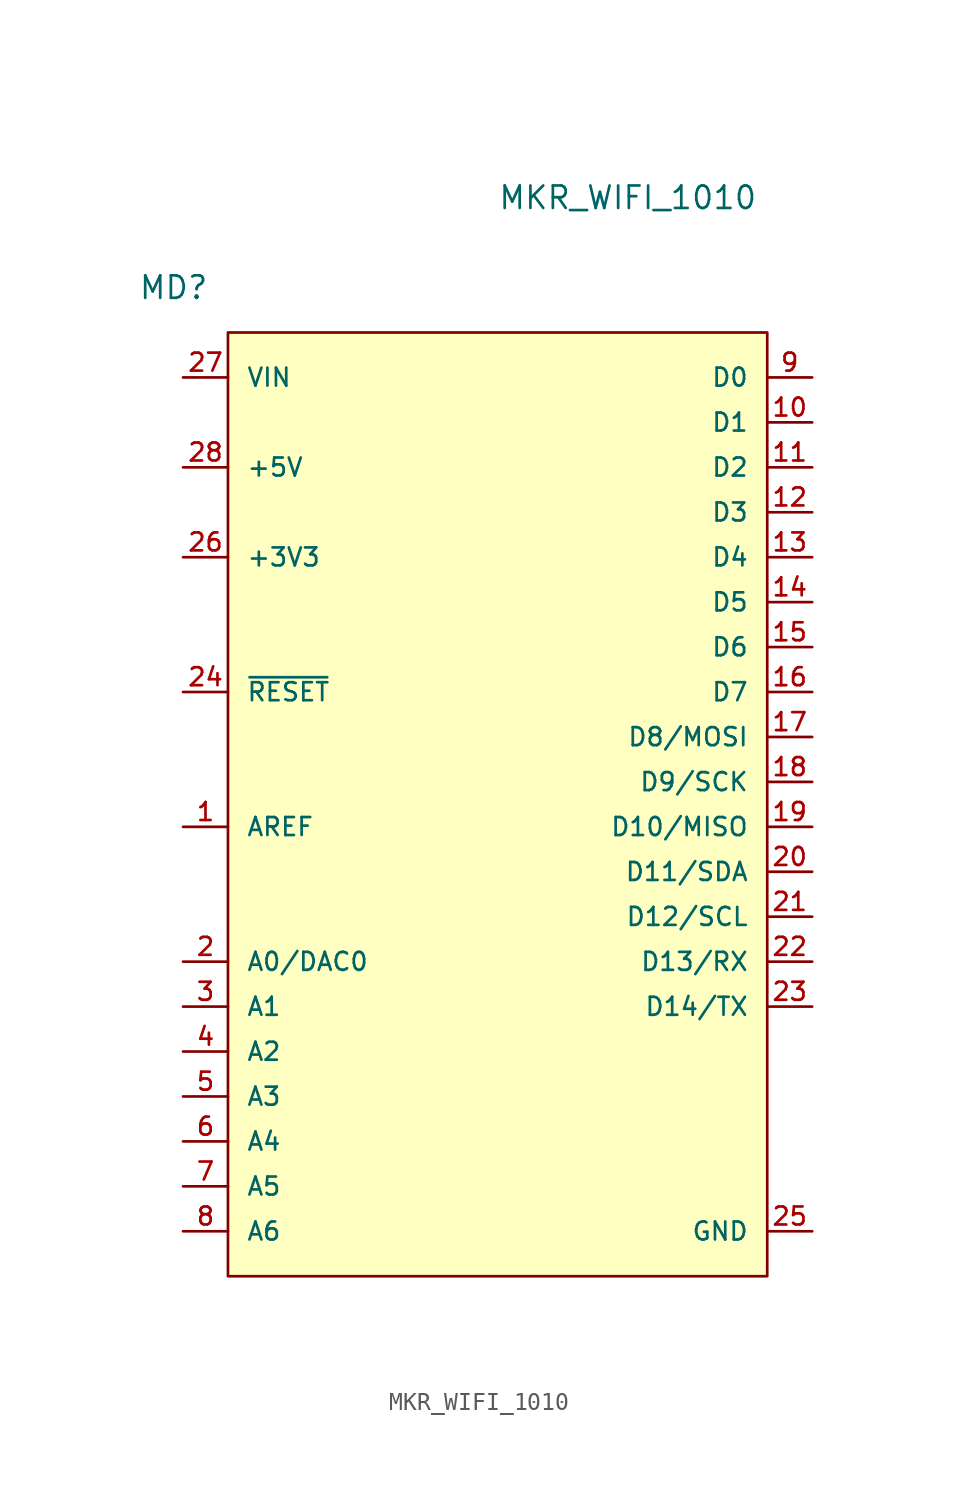
<source format=kicad_sym>
(kicad_symbol_lib
  (version 20211014)
  (generator kicad_symbol_editor)
  (symbol "MKR_WIFI_1010"
    (pin_names
      (offset 1.016))
    (property "Reference" "MD"
      (at -20.32 2.54 0)
      (effects (font (size 1.27 1.27)) (justify left)))
    (property "Value" "MKR_WIFI_1010"
      (at 0 7.62 0)
      (effects (font (size 1.27 1.27)) (justify left)))
    (symbol "MKR_WIFI_1010_1_1"
      (rectangle (start -15.24 0) (end 15.24 -53.34) (stroke (width 0) (type default) (color 0 0 0 0)) (fill (type background)))
      (pin input line (at -17.78 -27.94 0) (length 2.54) (name "AREF" (effects (font (size 1.016 1.016)))) (number "1" (effects (font (size 1.016 1.016)))))
      (pin bidirectional line (at 17.78 -5.08 180) (length 2.54) (name "D1" (effects (font (size 1.016 1.016)))) (number "10" (effects (font (size 1.016 1.016)))))
      (pin bidirectional line (at 17.78 -7.62 180) (length 2.54) (name "D2" (effects (font (size 1.016 1.016)))) (number "11" (effects (font (size 1.016 1.016)))))
      (pin bidirectional line (at 17.78 -10.16 180) (length 2.54) (name "D3" (effects (font (size 1.016 1.016)))) (number "12" (effects (font (size 1.016 1.016)))))
      (pin bidirectional line (at 17.78 -12.7 180) (length 2.54) (name "D4" (effects (font (size 1.016 1.016)))) (number "13" (effects (font (size 1.016 1.016)))))
      (pin bidirectional line (at 17.78 -15.24 180) (length 2.54) (name "D5" (effects (font (size 1.016 1.016)))) (number "14" (effects (font (size 1.016 1.016)))))
      (pin bidirectional line (at 17.78 -17.78 180) (length 2.54) (name "D6" (effects (font (size 1.016 1.016)))) (number "15" (effects (font (size 1.016 1.016)))))
      (pin bidirectional line (at 17.78 -20.32 180) (length 2.54) (name "D7" (effects (font (size 1.016 1.016)))) (number "16" (effects (font (size 1.016 1.016)))))
      (pin bidirectional line (at 17.78 -22.86 180) (length 2.54) (name "D8/MOSI" (effects (font (size 1.016 1.016)))) (number "17" (effects (font (size 1.016 1.016)))))
      (pin bidirectional line (at 17.78 -25.4 180) (length 2.54) (name "D9/SCK" (effects (font (size 1.016 1.016)))) (number "18" (effects (font (size 1.016 1.016)))))
      (pin bidirectional line (at 17.78 -27.94 180) (length 2.54) (name "D10/MISO" (effects (font (size 1.016 1.016)))) (number "19" (effects (font (size 1.016 1.016)))))
      (pin bidirectional line (at -17.78 -35.56 0) (length 2.54) (name "A0/DAC0" (effects (font (size 1.016 1.016)))) (number "2" (effects (font (size 1.016 1.016)))))
      (pin bidirectional line (at 17.78 -30.48 180) (length 2.54) (name "D11/SDA" (effects (font (size 1.016 1.016)))) (number "20" (effects (font (size 1.016 1.016)))))
      (pin bidirectional line (at 17.78 -33.02 180) (length 2.54) (name "D12/SCL" (effects (font (size 1.016 1.016)))) (number "21" (effects (font (size 1.016 1.016)))))
      (pin bidirectional line (at 17.78 -35.56 180) (length 2.54) (name "D13/RX" (effects (font (size 1.016 1.016)))) (number "22" (effects (font (size 1.016 1.016)))))
      (pin bidirectional line (at 17.78 -38.1 180) (length 2.54) (name "D14/TX" (effects (font (size 1.016 1.016)))) (number "23" (effects (font (size 1.016 1.016)))))
      (pin input line (at -17.78 -20.32 0) (length 2.54) (name "~{RESET}" (effects (font (size 1.016 1.016)))) (number "24" (effects (font (size 1.016 1.016)))))
      (pin power_in line (at 17.78 -50.8 180) (length 2.54) (name "GND" (effects (font (size 1.016 1.016)))) (number "25" (effects (font (size 1.016 1.016)))))
      (pin power_in line (at -17.78 -12.7 0) (length 2.54) (name "+3V3" (effects (font (size 1.016 1.016)))) (number "26" (effects (font (size 1.016 1.016)))))
      (pin power_in line (at -17.78 -2.54 0) (length 2.54) (name "VIN" (effects (font (size 1.016 1.016)))) (number "27" (effects (font (size 1.016 1.016)))))
      (pin power_in line (at -17.78 -7.62 0) (length 2.54) (name "+5V" (effects (font (size 1.016 1.016)))) (number "28" (effects (font (size 1.016 1.016)))))
      (pin bidirectional line (at -17.78 -38.1 0) (length 2.54) (name "A1" (effects (font (size 1.016 1.016)))) (number "3" (effects (font (size 1.016 1.016)))))
      (pin bidirectional line (at -17.78 -40.64 0) (length 2.54) (name "A2" (effects (font (size 1.016 1.016)))) (number "4" (effects (font (size 1.016 1.016)))))
      (pin bidirectional line (at -17.78 -43.18 0) (length 2.54) (name "A3" (effects (font (size 1.016 1.016)))) (number "5" (effects (font (size 1.016 1.016)))))
      (pin bidirectional line (at -17.78 -45.72 0) (length 2.54) (name "A4" (effects (font (size 1.016 1.016)))) (number "6" (effects (font (size 1.016 1.016)))))
      (pin bidirectional line (at -17.78 -48.26 0) (length 2.54) (name "A5" (effects (font (size 1.016 1.016)))) (number "7" (effects (font (size 1.016 1.016)))))
      (pin bidirectional line (at -17.78 -50.8 0) (length 2.54) (name "A6" (effects (font (size 1.016 1.016)))) (number "8" (effects (font (size 1.016 1.016)))))
      (pin bidirectional line (at 17.78 -2.54 180) (length 2.54) (name "D0" (effects (font (size 1.016 1.016)))) (number "9" (effects (font (size 1.016 1.016))))))))
</source>
